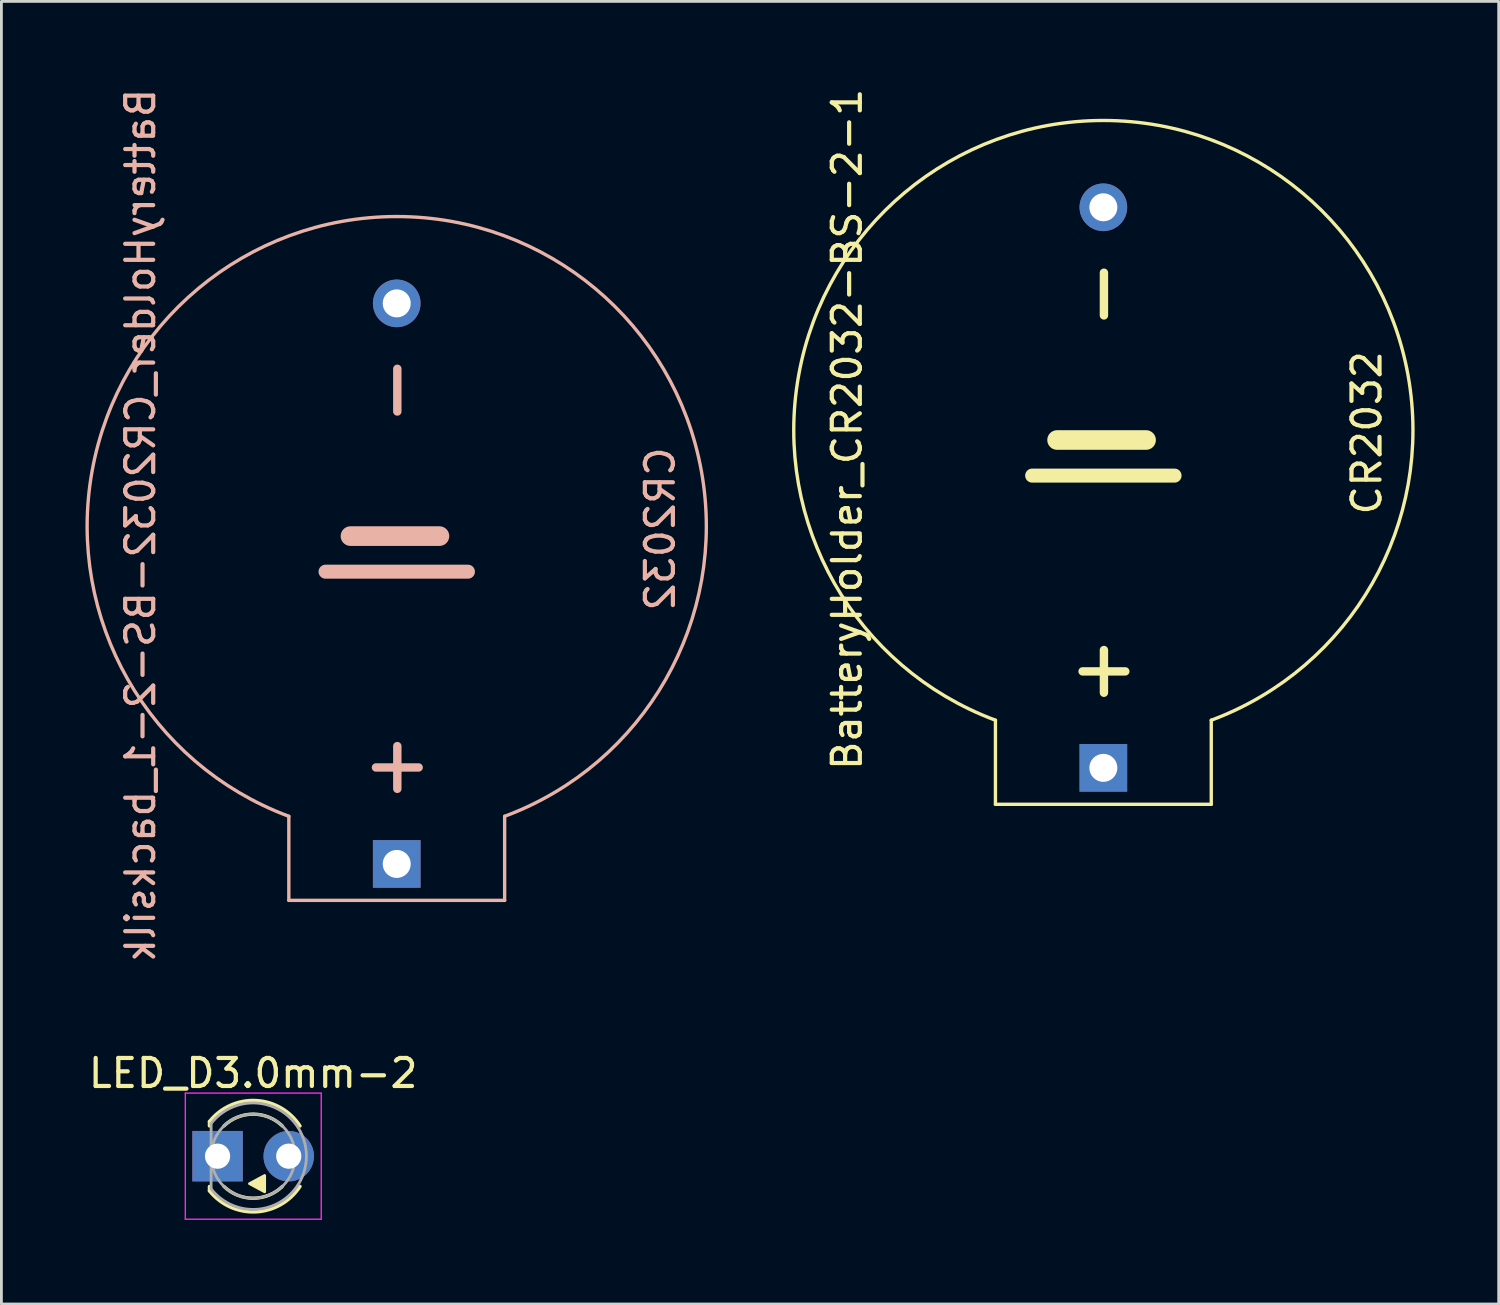
<source format=kicad_pcb>
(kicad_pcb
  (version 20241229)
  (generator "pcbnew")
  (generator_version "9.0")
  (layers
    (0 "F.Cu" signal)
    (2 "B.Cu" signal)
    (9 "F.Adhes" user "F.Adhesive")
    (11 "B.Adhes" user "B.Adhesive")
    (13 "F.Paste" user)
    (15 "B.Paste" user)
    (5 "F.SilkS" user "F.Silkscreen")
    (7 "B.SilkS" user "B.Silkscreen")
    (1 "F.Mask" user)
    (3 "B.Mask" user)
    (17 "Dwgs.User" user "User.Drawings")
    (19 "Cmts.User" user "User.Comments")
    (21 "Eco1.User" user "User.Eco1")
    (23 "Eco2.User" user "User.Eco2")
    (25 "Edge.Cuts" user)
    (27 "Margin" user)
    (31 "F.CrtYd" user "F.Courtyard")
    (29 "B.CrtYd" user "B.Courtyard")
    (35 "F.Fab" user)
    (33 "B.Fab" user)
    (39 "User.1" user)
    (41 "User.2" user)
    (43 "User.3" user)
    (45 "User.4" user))
  (footprint "BatteryHolder_CR2032-BS-2-1"
    (layer "F.Cu")
    (at 36.316 1.346)
    (property "Reference" "BatteryHolder_CR2032-BS-2-1" (at -9.144 10.922 90) (layer "F.SilkS") (effects (font (size 1 1) (thickness 0.15))))
    (attr through_hole)
    (fp_line (start -3.85 24.3) (end -3.85 21.3) (stroke (width 0.12) (type solid)) (layer "F.SilkS"))
    (fp_line (start -3.85 24.3) (end 3.85 24.3) (stroke (width 0.12) (type solid)) (layer "F.SilkS"))
    (fp_line (start -2.54 12.573) (end 2.54 12.573) (stroke (width 0.5) (type solid)) (layer "F.SilkS"))
    (fp_line (start -1.651 11.303) (end 1.524 11.303) (stroke (width 0.7) (type solid)) (layer "F.SilkS"))
    (fp_line (start 3.85 24.3) (end 3.85 21.3) (stroke (width 0.12) (type solid)) (layer "F.SilkS"))
    (fp_arc (start -3.85 21.3) (mid 0 -0.097908) (end 3.85 21.3) (stroke (width 0.12) (type solid)) (layer "F.SilkS"))
    (fp_text user "CR2032" (at 9.398 11.049 90) (layer "F.SilkS") (effects (font (size 1 1) (thickness 0.15))))
    (fp_text user "+" (at -0.127 19.558 90) (layer "F.SilkS") (effects (font (size 2 2) (thickness 0.3))))
    (fp_text user "-" (at -0.127 6.096 90) (layer "F.SilkS") (effects (font (size 2 2) (thickness 0.3))))
    (pad "1" thru_hole rect (at 0 23) (size 1.7 1.7) (drill 1) (layers "*.Cu" "*.Mask"))
    (pad "2" thru_hole circle (at 0 3) (size 1.7 1.7) (drill 1) (layers "*.Cu" "*.Mask")))
  (footprint "LED_D3.0mm-2"
    (layer "F.Cu")
    (at 4.712 38.201)
    (property "Reference" "LED_D3.0mm-2" (at 1.27 -2.96 0) (layer "F.SilkS") (effects (font (size 1 1) (thickness 0.15))))
    (attr through_hole)
    (fp_line (start -0.29 -1.236) (end -0.29 -1.08) (stroke (width 0.12) (type solid)) (layer "F.SilkS"))
    (fp_line (start -0.29 1.08) (end -0.29 1.236) (stroke (width 0.12) (type solid)) (layer "F.SilkS"))
    (fp_arc (start -0.29 -1.235516) (mid 1.366487 -1.987659) (end 2.942335 -1.078608) (stroke (width 0.12) (type solid)) (layer "F.SilkS"))
    (fp_arc (start 0.229039 -1.08) (mid 1.270117 -1.5) (end 2.31113 -1.079837) (stroke (width 0.12) (type solid)) (layer "F.SilkS"))
    (fp_arc (start 2.31113 1.079837) (mid 1.270117 1.5) (end 0.229039 1.08) (stroke (width 0.12) (type solid)) (layer "F.SilkS"))
    (fp_arc (start 2.942335 1.078608) (mid 1.366487 1.987659) (end -0.29 1.235516) (stroke (width 0.12) (type solid)) (layer "F.SilkS"))
    (fp_poly (pts (xy 1.68 1.27) (xy 1.14 0.98) (xy 1.68 0.69)) (stroke (width 0.1) (type solid)) (fill yes) (layer "F.SilkS"))
    (fp_line (start -1.15 -2.25) (end -1.15 2.25) (stroke (width 0.05) (type solid)) (layer "F.CrtYd"))
    (fp_line (start -1.15 2.25) (end 3.7 2.25) (stroke (width 0.05) (type solid)) (layer "F.CrtYd"))
    (fp_line (start 3.7 -2.25) (end -1.15 -2.25) (stroke (width 0.05) (type solid)) (layer "F.CrtYd"))
    (fp_line (start 3.7 2.25) (end 3.7 -2.25) (stroke (width 0.05) (type solid)) (layer "F.CrtYd"))
    (fp_line (start -0.23 -1.166) (end -0.23 1.166) (stroke (width 0.1) (type solid)) (layer "F.Fab"))
    (fp_arc (start -0.23 -1.16619) (mid 3.17 0.000452) (end -0.230555 1.165476) (stroke (width 0.1) (type solid)) (layer "F.Fab"))
    (fp_circle (center 1.27 0) (end 2.77 0) (stroke (width 0.1) (type solid)) (fill no) (layer "F.Fab"))
    (pad "1" thru_hole rect (at 0 0) (size 1.8 1.8) (drill 0.9) (layers "*.Cu" "*.Mask"))
    (pad "2" thru_hole circle (at 2.54 0) (size 1.8 1.8) (drill 0.9) (layers "*.Cu" "*.Mask")))
  (footprint "BatteryHolder_CR2032-BS-2-1_backsilk"
    (layer "F.Cu")
    (at 11.105 4.774)
    (property "Reference" "BatteryHolder_CR2032-BS-2-1_backsilk" (at -9.144 10.922 90) (layer "B.SilkS") (effects (font (size 1 1) (thickness 0.15)) (justify mirror)))
    (attr through_hole)
    (fp_line (start -3.85 24.3) (end -3.85 21.3) (stroke (width 0.12) (type solid)) (layer "B.SilkS"))
    (fp_line (start -3.85 24.3) (end 3.85 24.3) (stroke (width 0.12) (type solid)) (layer "B.SilkS"))
    (fp_line (start -2.54 12.573) (end 2.54 12.573) (stroke (width 0.5) (type solid)) (layer "B.SilkS"))
    (fp_line (start -1.651 11.303) (end 1.524 11.303) (stroke (width 0.7) (type solid)) (layer "B.SilkS"))
    (fp_line (start 3.85 24.3) (end 3.85 21.3) (stroke (width 0.12) (type solid)) (layer "B.SilkS"))
    (fp_arc (start -3.850171 21.299936) (mid 0.000091 -0.097908) (end 3.85 21.3) (stroke (width 0.12) (type solid)) (layer "B.SilkS"))
    (fp_text user "CR2032" (at 9.398 11.049 90) (layer "B.SilkS") (effects (font (size 1 1) (thickness 0.15)) (justify mirror)))
    (fp_text user "+" (at -0.127 19.558 90) (layer "B.SilkS") (effects (font (size 2 2) (thickness 0.3)) (justify mirror)))
    (fp_text user "-" (at -0.127 6.096 90) (layer "B.SilkS") (effects (font (size 2 2) (thickness 0.3)) (justify mirror)))
    (pad "1" thru_hole rect (at 0 23) (size 1.7 1.7) (drill 1) (layers "*.Cu" "*.Mask"))
    (pad "2" thru_hole circle (at 0 3) (size 1.7 1.7) (drill 1) (layers "*.Cu" "*.Mask")))
  (gr_rect
    (start -3 -3)
    (end 50.421 43.476)
    (stroke (width 0.1) (type default))
    (fill no)
    (layer "Edge.Cuts")))
</source>
